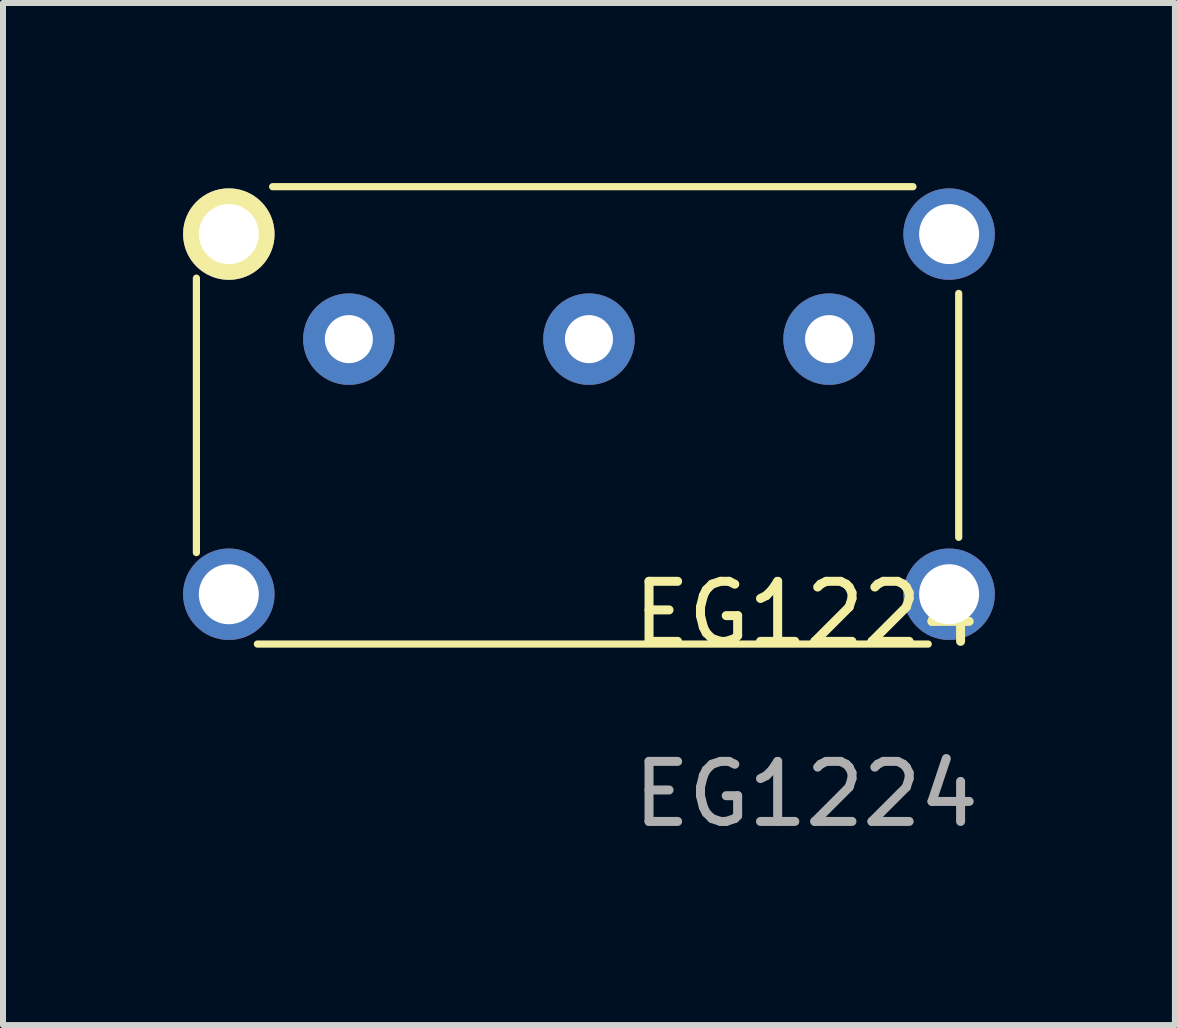
<source format=kicad_pcb>
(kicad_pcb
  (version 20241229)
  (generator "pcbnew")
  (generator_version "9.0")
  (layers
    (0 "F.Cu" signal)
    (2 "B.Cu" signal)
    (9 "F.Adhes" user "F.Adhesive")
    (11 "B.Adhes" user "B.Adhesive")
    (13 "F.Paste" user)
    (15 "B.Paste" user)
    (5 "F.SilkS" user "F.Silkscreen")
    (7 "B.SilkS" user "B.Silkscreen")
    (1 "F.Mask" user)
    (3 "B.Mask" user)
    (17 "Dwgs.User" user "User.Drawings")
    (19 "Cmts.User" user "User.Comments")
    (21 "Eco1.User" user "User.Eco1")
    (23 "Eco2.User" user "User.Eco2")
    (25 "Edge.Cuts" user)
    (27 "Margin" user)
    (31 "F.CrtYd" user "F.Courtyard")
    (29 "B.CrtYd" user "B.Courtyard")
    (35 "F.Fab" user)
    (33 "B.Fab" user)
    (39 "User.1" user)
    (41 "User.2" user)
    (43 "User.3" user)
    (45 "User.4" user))
  (footprint "EG1224"
    (layer "F.Cu")
    (at 2.762 2.6)
    (property "Reference" "EG1224" (at 7.62 4.58 0) (unlocked yes) (layer "F.SilkS") (effects (font (size 1 1) (thickness 0.15))))
    (attr through_hole)
    (fp_line (start -2.54 -1.016) (end -2.54 3.556) (stroke (width 0.12) (type solid)) (layer "F.SilkS"))
    (fp_line (start -1.524 5.08) (end 9.652 5.08) (stroke (width 0.12) (type solid)) (layer "F.SilkS"))
    (fp_line (start 9.398 -2.54) (end -1.27 -2.54) (stroke (width 0.12) (type solid)) (layer "F.SilkS"))
    (fp_line (start 10.16 3.302) (end 10.16 -0.762) (stroke (width 0.12) (type solid)) (layer "F.SilkS"))
    (fp_text user "${REFERENCE}" (at 7.62 7.58 0) (unlocked yes) (layer "F.Fab") (effects (font (size 1 1) (thickness 0.15))))
    (pad "1" thru_hole circle (at 0 0) (size 1.524 1.524) (drill 0.8) (layers "*.Cu" "*.Mask"))
    (pad "2" thru_hole circle (at 4 0) (size 1.524 1.524) (drill 0.8) (layers "*.Cu" "*.Mask"))
    (pad "3" thru_hole circle (at 8 0) (size 1.524 1.524) (drill 0.8) (layers "*.Cu" "*.Mask"))
    (pad "4" thru_hole circle (at -2 -1.75) (size 1.524 1.524) (drill 1) (layers "*.Cu" "*.Mask" "F.SilkS"))
    (pad "4" thru_hole circle (at -2 4.25) (size 1.524 1.524) (drill 1) (layers "*.Cu" "*.Mask"))
    (pad "4" thru_hole circle (at 10 -1.75) (size 1.524 1.524) (drill 1) (layers "*.Cu" "*.Mask"))
    (pad "4" thru_hole circle (at 10 4.25) (size 1.524 1.524) (drill 1) (layers "*.Cu" "*.Mask")))
  (gr_rect
    (start -3 -3)
    (end 16.524 14.028)
    (stroke (width 0.1) (type default))
    (fill no)
    (layer "Edge.Cuts")))
</source>
